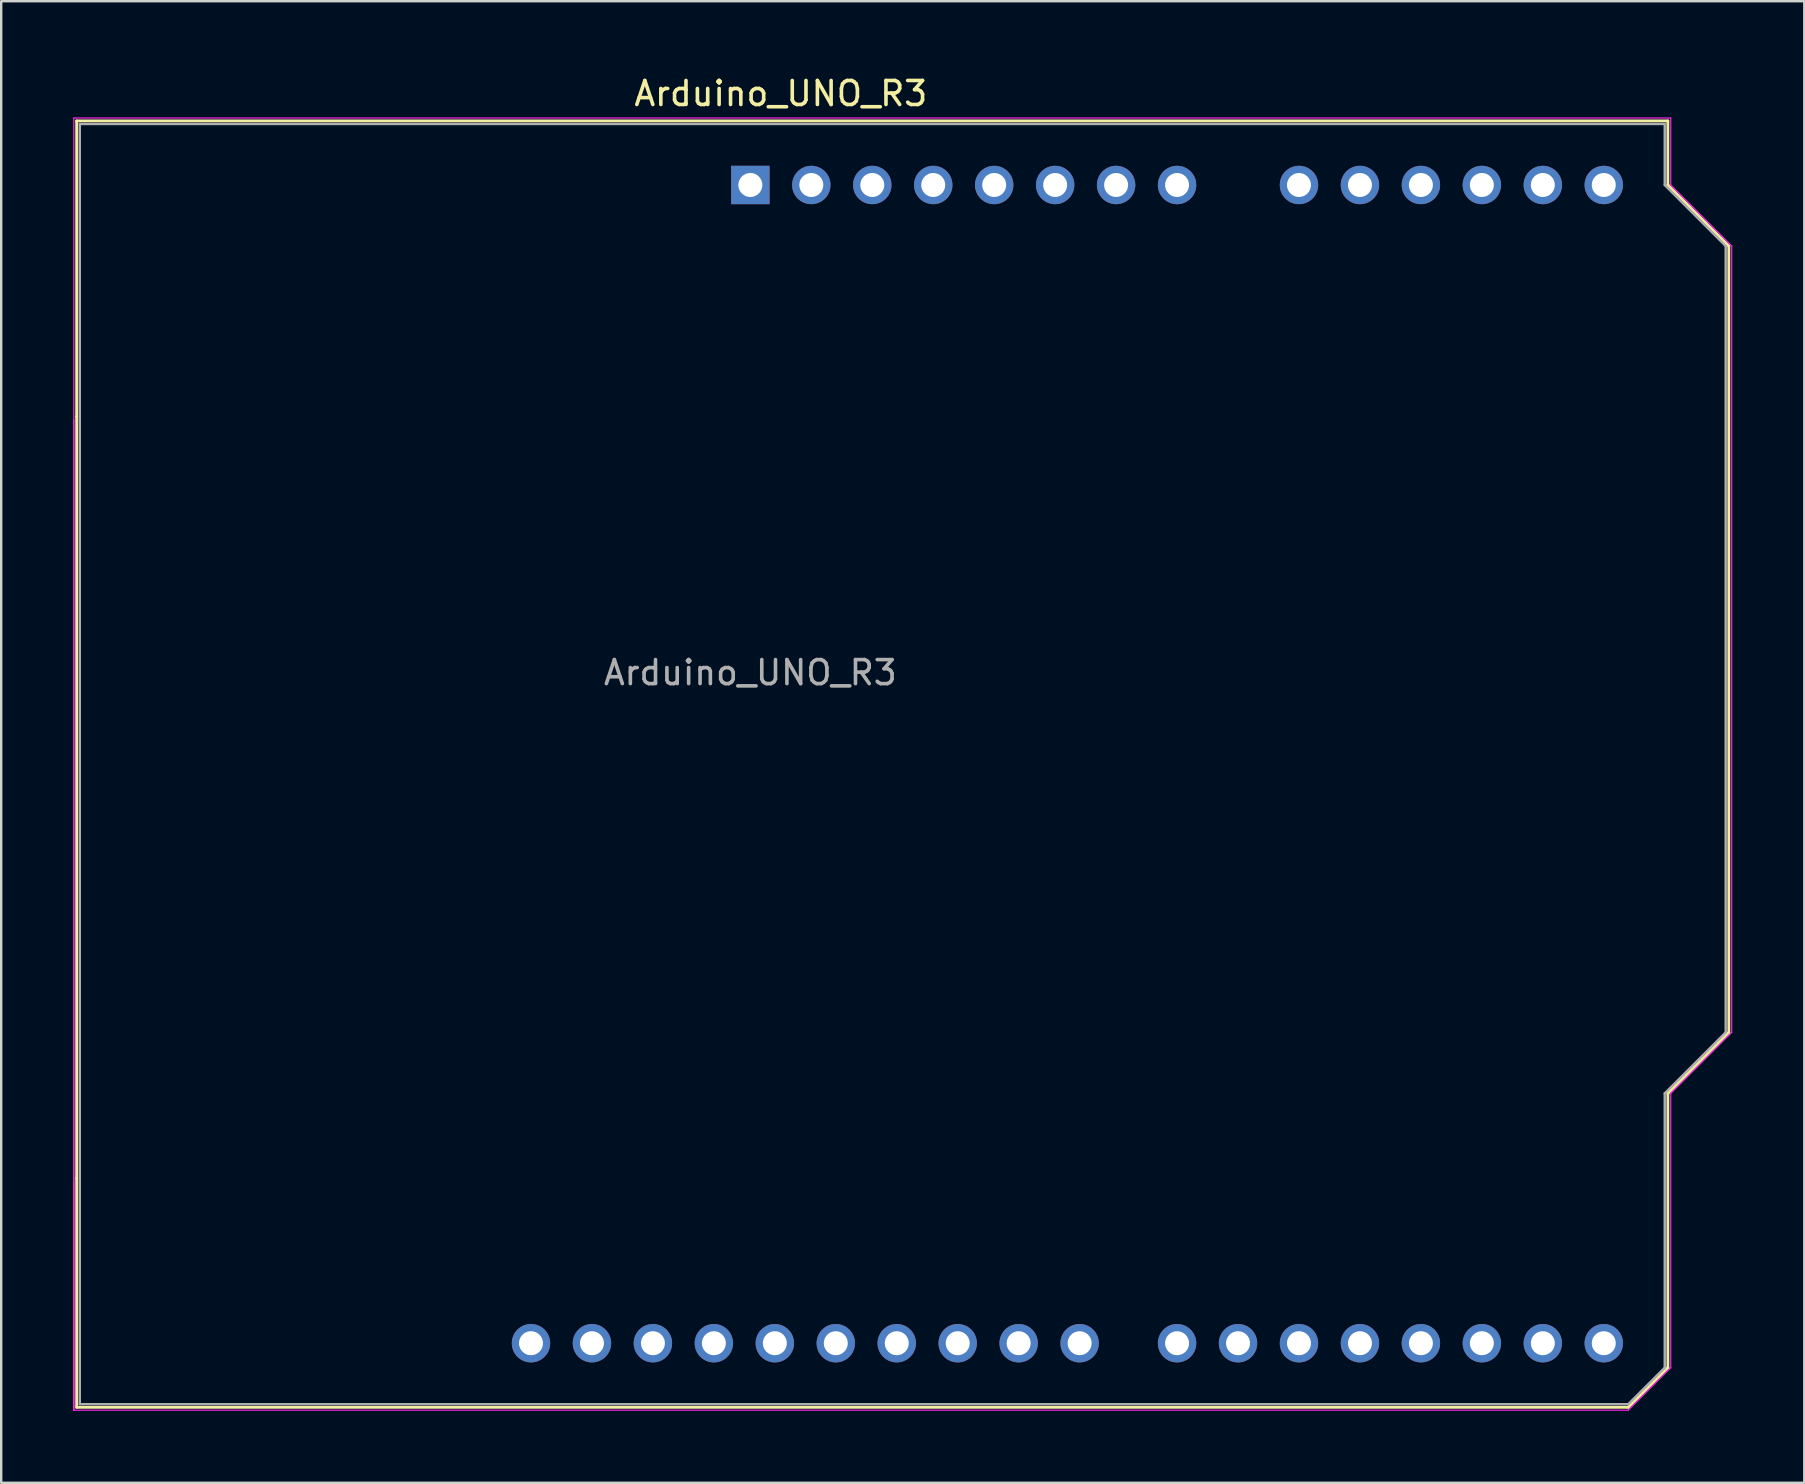
<source format=kicad_pcb>
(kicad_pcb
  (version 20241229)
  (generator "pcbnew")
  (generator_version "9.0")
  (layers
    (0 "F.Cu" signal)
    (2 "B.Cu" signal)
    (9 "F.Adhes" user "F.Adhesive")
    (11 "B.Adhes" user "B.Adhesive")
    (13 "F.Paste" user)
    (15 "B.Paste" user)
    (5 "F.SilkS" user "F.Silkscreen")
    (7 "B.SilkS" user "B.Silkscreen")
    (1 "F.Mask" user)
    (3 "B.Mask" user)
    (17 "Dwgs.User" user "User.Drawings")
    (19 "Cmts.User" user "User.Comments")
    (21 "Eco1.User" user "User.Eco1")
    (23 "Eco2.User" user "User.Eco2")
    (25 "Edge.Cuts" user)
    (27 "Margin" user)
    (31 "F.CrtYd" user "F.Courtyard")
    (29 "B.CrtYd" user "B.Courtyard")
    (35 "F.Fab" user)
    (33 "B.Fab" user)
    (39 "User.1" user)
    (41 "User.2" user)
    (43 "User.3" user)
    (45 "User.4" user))
  (footprint "Arduino_UNO_R3"
    (layer "F.Cu")
    (at 28.215 4.658)
    (property "Reference" "Arduino_UNO_R3" (at 1.27 -3.81 180) (layer "F.SilkS") (effects (font (size 1 1) (thickness 0.15))))
    (attr through_hole)
    (fp_line (start -28.07 -2.67) (end -28.07 9.65) (stroke (width 0.12) (type solid)) (layer "F.SilkS"))
    (fp_line (start -28.07 9.65) (end -28.07 41.4) (stroke (width 0.12) (type solid)) (layer "F.SilkS"))
    (fp_line (start -28.07 41.4) (end -28.07 50.93) (stroke (width 0.12) (type solid)) (layer "F.SilkS"))
    (fp_line (start -28.07 50.93) (end 36.58 50.93) (stroke (width 0.12) (type solid)) (layer "F.SilkS"))
    (fp_line (start 36.58 50.93) (end 38.23 49.28) (stroke (width 0.12) (type solid)) (layer "F.SilkS"))
    (fp_line (start 38.23 -2.67) (end -28.07 -2.67) (stroke (width 0.12) (type solid)) (layer "F.SilkS"))
    (fp_line (start 38.23 0) (end 38.23 -2.67) (stroke (width 0.12) (type solid)) (layer "F.SilkS"))
    (fp_line (start 38.23 37.85) (end 40.77 35.31) (stroke (width 0.12) (type solid)) (layer "F.SilkS"))
    (fp_line (start 38.23 49.28) (end 38.23 37.85) (stroke (width 0.12) (type solid)) (layer "F.SilkS"))
    (fp_line (start 40.77 2.54) (end 38.23 0) (stroke (width 0.12) (type solid)) (layer "F.SilkS"))
    (fp_line (start 40.77 35.31) (end 40.77 2.54) (stroke (width 0.12) (type solid)) (layer "F.SilkS"))
    (fp_line (start -28.19 -2.79) (end 38.35 -2.79) (stroke (width 0.05) (type solid)) (layer "F.CrtYd"))
    (fp_line (start -28.19 51.05) (end -28.19 -2.79) (stroke (width 0.05) (type solid)) (layer "F.CrtYd"))
    (fp_line (start -28.19 51.05) (end -28.19 9.78) (stroke (width 0.05) (type solid)) (layer "F.CrtYd"))
    (fp_line (start -28.19 51.05) (end -28.19 41.53) (stroke (width 0.05) (type solid)) (layer "F.CrtYd"))
    (fp_line (start 36.58 51.05) (end -28.19 51.05) (stroke (width 0.05) (type solid)) (layer "F.CrtYd"))
    (fp_line (start 38.35 -2.79) (end 38.35 0) (stroke (width 0.05) (type solid)) (layer "F.CrtYd"))
    (fp_line (start 38.35 0) (end 40.89 2.54) (stroke (width 0.05) (type solid)) (layer "F.CrtYd"))
    (fp_line (start 38.35 37.85) (end 38.35 49.28) (stroke (width 0.05) (type solid)) (layer "F.CrtYd"))
    (fp_line (start 38.35 49.28) (end 36.58 51.05) (stroke (width 0.05) (type solid)) (layer "F.CrtYd"))
    (fp_line (start 40.89 2.54) (end 40.89 35.31) (stroke (width 0.05) (type solid)) (layer "F.CrtYd"))
    (fp_line (start 40.89 35.31) (end 38.35 37.85) (stroke (width 0.05) (type solid)) (layer "F.CrtYd"))
    (fp_line (start -27.94 -2.54) (end 38.1 -2.54) (stroke (width 0.1) (type solid)) (layer "F.Fab"))
    (fp_line (start -27.94 50.8) (end -27.94 -2.54) (stroke (width 0.1) (type solid)) (layer "F.Fab"))
    (fp_line (start 36.58 50.8) (end -27.94 50.8) (stroke (width 0.1) (type solid)) (layer "F.Fab"))
    (fp_line (start 38.1 -2.54) (end 38.1 0) (stroke (width 0.1) (type solid)) (layer "F.Fab"))
    (fp_line (start 38.1 0) (end 40.64 2.54) (stroke (width 0.1) (type solid)) (layer "F.Fab"))
    (fp_line (start 38.1 37.85) (end 38.1 49.28) (stroke (width 0.1) (type solid)) (layer "F.Fab"))
    (fp_line (start 38.1 49.28) (end 36.58 50.8) (stroke (width 0.1) (type solid)) (layer "F.Fab"))
    (fp_line (start 40.64 2.54) (end 40.64 35.31) (stroke (width 0.1) (type solid)) (layer "F.Fab"))
    (fp_line (start 40.64 35.31) (end 38.1 37.85) (stroke (width 0.1) (type solid)) (layer "F.Fab"))
    (fp_text user "${REFERENCE}" (at 0 20.32 180) (layer "F.Fab") (effects (font (size 1 1) (thickness 0.15))))
    (pad "1" thru_hole rect (at 0 0 90) (size 1.6 1.6) (drill 1) (layers "*.Cu" "*.Mask"))
    (pad "2" thru_hole oval (at 2.54 0 90) (size 1.6 1.6) (drill 1) (layers "*.Cu" "*.Mask"))
    (pad "3" thru_hole oval (at 5.08 0 90) (size 1.6 1.6) (drill 1) (layers "*.Cu" "*.Mask"))
    (pad "4" thru_hole oval (at 7.62 0 90) (size 1.6 1.6) (drill 1) (layers "*.Cu" "*.Mask"))
    (pad "5" thru_hole oval (at 10.16 0 90) (size 1.6 1.6) (drill 1) (layers "*.Cu" "*.Mask"))
    (pad "6" thru_hole oval (at 12.7 0 90) (size 1.6 1.6) (drill 1) (layers "*.Cu" "*.Mask"))
    (pad "7" thru_hole oval (at 15.24 0 90) (size 1.6 1.6) (drill 1) (layers "*.Cu" "*.Mask"))
    (pad "8" thru_hole oval (at 17.78 0 90) (size 1.6 1.6) (drill 1) (layers "*.Cu" "*.Mask"))
    (pad "9" thru_hole oval (at 22.86 0 90) (size 1.6 1.6) (drill 1) (layers "*.Cu" "*.Mask"))
    (pad "10" thru_hole oval (at 25.4 0 90) (size 1.6 1.6) (drill 1) (layers "*.Cu" "*.Mask"))
    (pad "11" thru_hole oval (at 27.94 0 90) (size 1.6 1.6) (drill 1) (layers "*.Cu" "*.Mask"))
    (pad "12" thru_hole oval (at 30.48 0 90) (size 1.6 1.6) (drill 1) (layers "*.Cu" "*.Mask"))
    (pad "13" thru_hole oval (at 33.02 0 90) (size 1.6 1.6) (drill 1) (layers "*.Cu" "*.Mask"))
    (pad "14" thru_hole oval (at 35.56 0 90) (size 1.6 1.6) (drill 1) (layers "*.Cu" "*.Mask"))
    (pad "15" thru_hole oval (at 35.56 48.26 90) (size 1.6 1.6) (drill 1) (layers "*.Cu" "*.Mask"))
    (pad "16" thru_hole oval (at 33.02 48.26 90) (size 1.6 1.6) (drill 1) (layers "*.Cu" "*.Mask"))
    (pad "17" thru_hole oval (at 30.48 48.26 90) (size 1.6 1.6) (drill 1) (layers "*.Cu" "*.Mask"))
    (pad "18" thru_hole oval (at 27.94 48.26 90) (size 1.6 1.6) (drill 1) (layers "*.Cu" "*.Mask"))
    (pad "19" thru_hole oval (at 25.4 48.26 90) (size 1.6 1.6) (drill 1) (layers "*.Cu" "*.Mask"))
    (pad "20" thru_hole oval (at 22.86 48.26 90) (size 1.6 1.6) (drill 1) (layers "*.Cu" "*.Mask"))
    (pad "21" thru_hole oval (at 20.32 48.26 90) (size 1.6 1.6) (drill 1) (layers "*.Cu" "*.Mask"))
    (pad "22" thru_hole oval (at 17.78 48.26 90) (size 1.6 1.6) (drill 1) (layers "*.Cu" "*.Mask"))
    (pad "23" thru_hole oval (at 13.72 48.26 90) (size 1.6 1.6) (drill 1) (layers "*.Cu" "*.Mask"))
    (pad "24" thru_hole oval (at 11.18 48.26 90) (size 1.6 1.6) (drill 1) (layers "*.Cu" "*.Mask"))
    (pad "25" thru_hole oval (at 8.64 48.26 90) (size 1.6 1.6) (drill 1) (layers "*.Cu" "*.Mask"))
    (pad "26" thru_hole oval (at 6.1 48.26 90) (size 1.6 1.6) (drill 1) (layers "*.Cu" "*.Mask"))
    (pad "27" thru_hole oval (at 3.56 48.26 90) (size 1.6 1.6) (drill 1) (layers "*.Cu" "*.Mask"))
    (pad "28" thru_hole oval (at 1.02 48.26 90) (size 1.6 1.6) (drill 1) (layers "*.Cu" "*.Mask"))
    (pad "29" thru_hole oval (at -1.52 48.26 90) (size 1.6 1.6) (drill 1) (layers "*.Cu" "*.Mask"))
    (pad "30" thru_hole oval (at -4.06 48.26 90) (size 1.6 1.6) (drill 1) (layers "*.Cu" "*.Mask"))
    (pad "31" thru_hole oval (at -6.6 48.26 90) (size 1.6 1.6) (drill 1) (layers "*.Cu" "*.Mask"))
    (pad "32" thru_hole oval (at -9.14 48.26 90) (size 1.6 1.6) (drill 1) (layers "*.Cu" "*.Mask")))
  (gr_rect
    (start -3 -3)
    (end 72.13 58.733)
    (stroke (width 0.1) (type default))
    (fill no)
    (layer "Edge.Cuts")))
</source>
